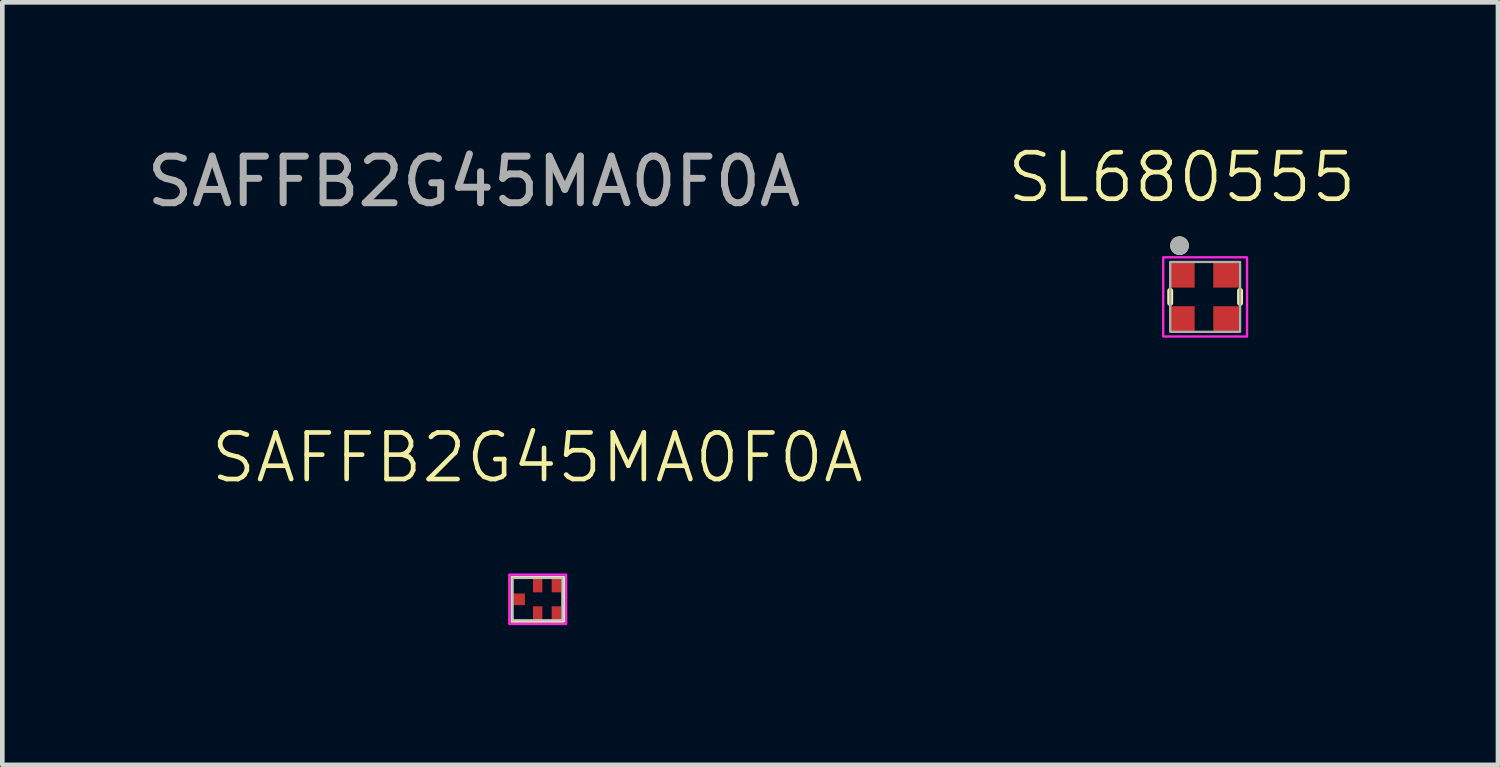
<source format=kicad_pcb>
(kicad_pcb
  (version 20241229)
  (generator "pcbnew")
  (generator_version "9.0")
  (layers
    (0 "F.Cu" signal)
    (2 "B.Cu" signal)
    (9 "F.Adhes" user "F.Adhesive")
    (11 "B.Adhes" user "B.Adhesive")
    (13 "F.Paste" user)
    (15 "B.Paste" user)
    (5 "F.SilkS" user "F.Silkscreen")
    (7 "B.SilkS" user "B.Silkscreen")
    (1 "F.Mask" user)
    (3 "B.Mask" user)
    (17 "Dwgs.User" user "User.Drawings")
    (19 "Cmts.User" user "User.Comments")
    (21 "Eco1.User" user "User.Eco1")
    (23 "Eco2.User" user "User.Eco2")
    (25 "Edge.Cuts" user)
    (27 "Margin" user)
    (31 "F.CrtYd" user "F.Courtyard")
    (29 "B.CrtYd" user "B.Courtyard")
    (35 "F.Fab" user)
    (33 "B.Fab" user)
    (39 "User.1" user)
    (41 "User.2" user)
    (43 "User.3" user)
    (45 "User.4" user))
  (footprint "SL680555"
    (layer "F.Cu")
    (at 22.326 1.26)
    (property "Reference" "SL680555" (at 0 -0.5 0) (unlocked yes) (layer "F.SilkS") (effects (font (size 1 1) (thickness 0.1))))
    (attr smd)
    (fp_line (start -0.25 1.935) (end -0.25 2.195) (stroke (width 0.127) (type solid)) (layer "F.SilkS"))
    (fp_line (start 1.25 1.935) (end 1.25 2.195) (stroke (width 0.127) (type solid)) (layer "F.SilkS"))
    (fp_circle (center -0.05 0.965) (end -0.05 0.865) (stroke (width 0.2) (type solid)) (fill no) (layer "F.SilkS"))
    (fp_rect (start 1.4 2.915) (end -0.4 1.215) (stroke (width 0.05) (type default)) (fill no) (layer "F.CrtYd"))
    (fp_rect (start -0.25 1.315) (end 1.25 2.815) (stroke (width 0.05) (type default)) (fill no) (layer "F.Fab"))
    (fp_circle (center -0.05 0.965) (end -0.05 0.865) (stroke (width 0.2) (type solid)) (fill no) (layer "F.Fab"))
    (pad "1" smd rect (at 0 1.59 90) (size 0.55 0.55) (layers "F.Cu" "F.Mask" "F.Paste"))
    (pad "2" smd rect (at 0 2.54 90) (size 0.55 0.55) (layers "F.Cu" "F.Mask" "F.Paste"))
    (pad "3" smd rect (at 0.95 2.54 90) (size 0.55 0.55) (layers "F.Cu" "F.Mask" "F.Paste"))
    (pad "4" smd rect (at 0.95 1.59 90) (size 0.55 0.55) (layers "F.Cu" "F.Mask" "F.Paste")))
  (footprint "SAFFB2G45MA0F0A"
    (layer "F.Cu")
    (at 8.488 7.278)
    (property "Reference" "SAFFB2G45MA0F0A" (at 0 -0.5 0) (unlocked yes) (layer "F.SilkS") (effects (font (size 1 1) (thickness 0.1))))
    (attr smd)
    (fp_rect (start -0.552 2.06) (end 0.568 3.02) (stroke (width 0.05) (type solid)) (fill no) (layer "F.SilkS"))
    (fp_rect (start -0.532 2.08) (end 0.537 2.99) (stroke (width 0.05) (type solid)) (fill no) (layer "Dwgs.User"))
    (fp_rect (start -0.603 2.01) (end 0.618 3.07) (stroke (width 0.05) (type solid)) (fill no) (layer "F.CrtYd"))
    (fp_text user "${REFERENCE}" (at -1.363 -6.43 0) (unlocked yes) (layer "F.Fab") (effects (font (size 1 1) (thickness 0.15))))
    (pad "1" smd rect (at -0.393 2.54) (size 0.25 0.25) (layers "F.Cu" "F.Mask" "F.Paste"))
    (pad "2" smd rect (at 0.007 2.24) (size 0.2 0.3) (layers "F.Cu" "F.Mask" "F.Paste"))
    (pad "3" smd rect (at 0.407 2.24) (size 0.2 0.3) (layers "F.Cu" "F.Mask" "F.Paste"))
    (pad "4" smd rect (at 0.407 2.84) (size 0.2 0.3) (layers "F.Cu" "F.Mask" "F.Paste"))
    (pad "5" smd rect (at 0.007 2.84) (size 0.2 0.3) (layers "F.Cu" "F.Mask" "F.Paste")))
  (gr_rect
    (start -3 -3)
    (end 29.114 13.373)
    (stroke (width 0.1) (type default))
    (fill no)
    (layer "Edge.Cuts")))
</source>
